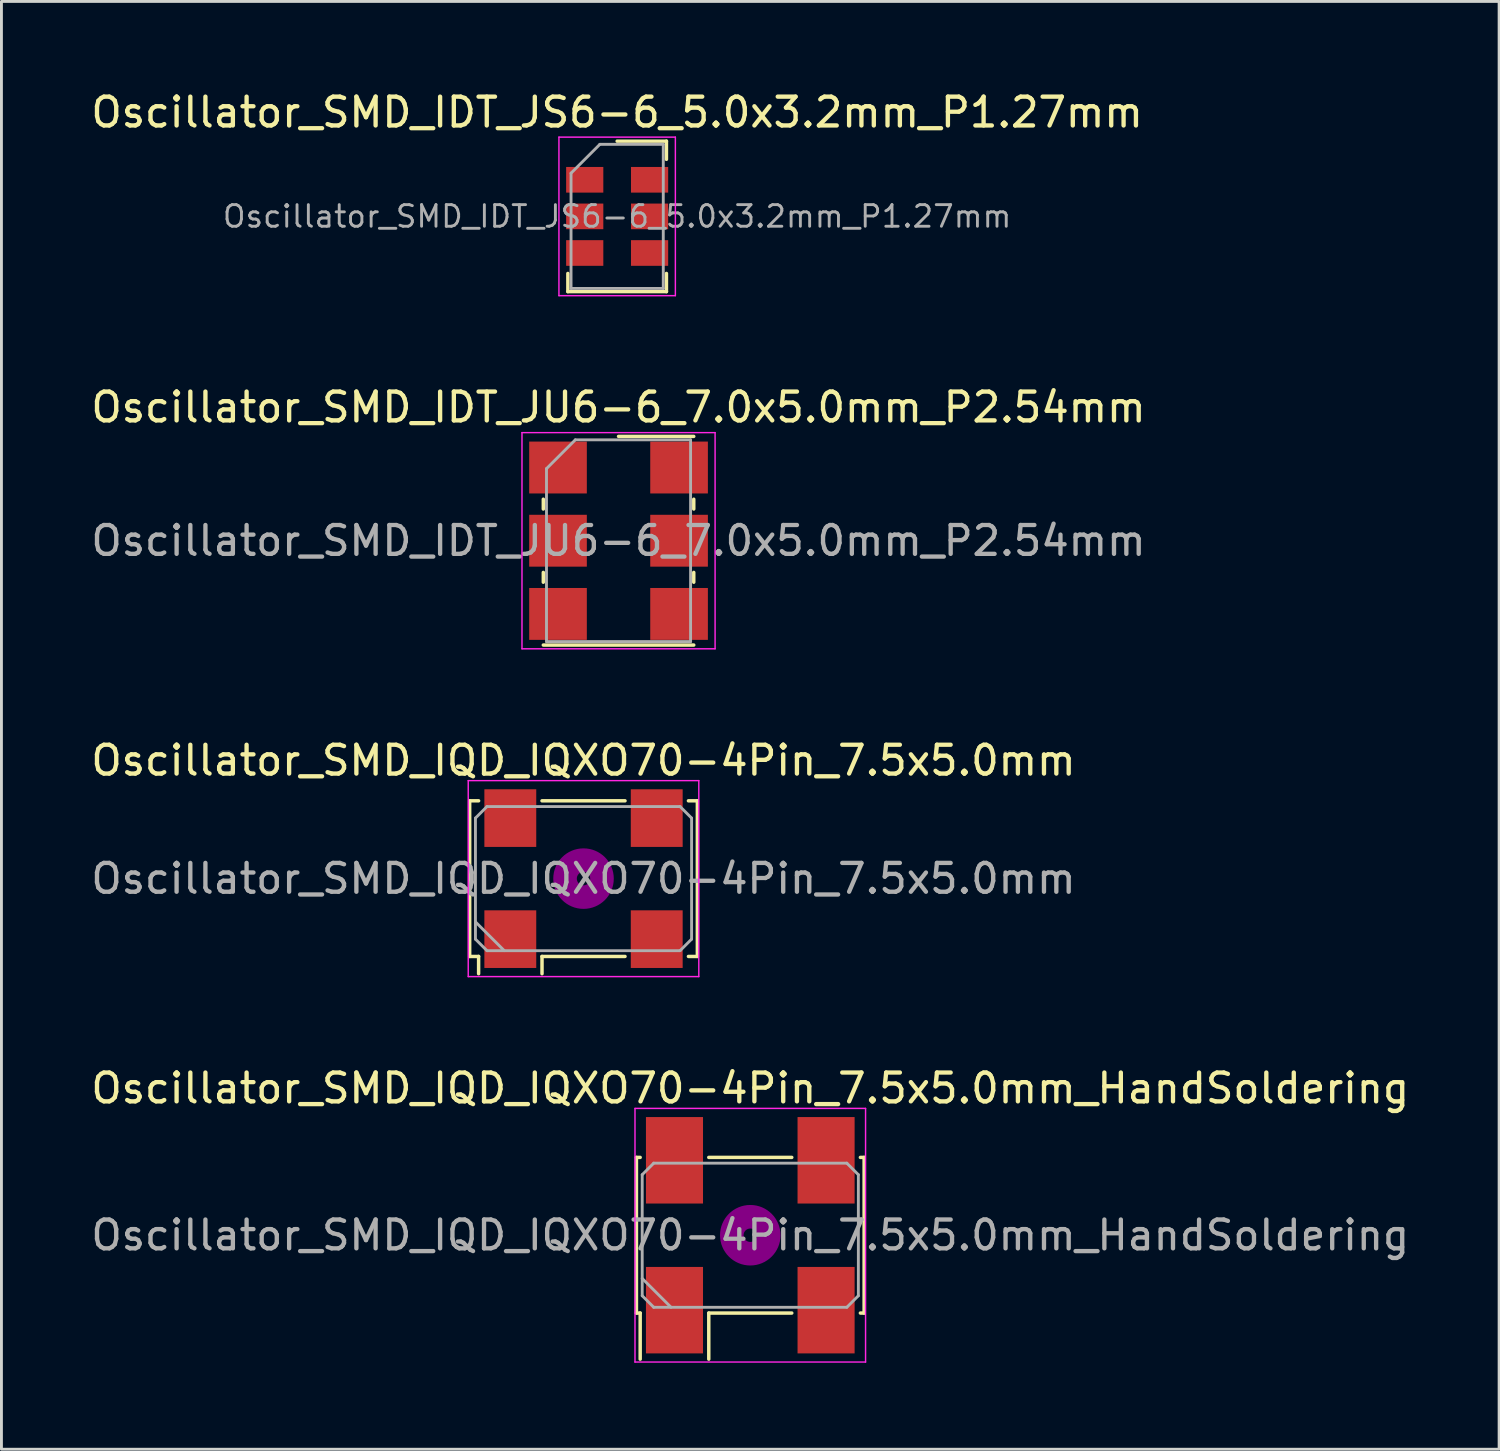
<source format=kicad_pcb>
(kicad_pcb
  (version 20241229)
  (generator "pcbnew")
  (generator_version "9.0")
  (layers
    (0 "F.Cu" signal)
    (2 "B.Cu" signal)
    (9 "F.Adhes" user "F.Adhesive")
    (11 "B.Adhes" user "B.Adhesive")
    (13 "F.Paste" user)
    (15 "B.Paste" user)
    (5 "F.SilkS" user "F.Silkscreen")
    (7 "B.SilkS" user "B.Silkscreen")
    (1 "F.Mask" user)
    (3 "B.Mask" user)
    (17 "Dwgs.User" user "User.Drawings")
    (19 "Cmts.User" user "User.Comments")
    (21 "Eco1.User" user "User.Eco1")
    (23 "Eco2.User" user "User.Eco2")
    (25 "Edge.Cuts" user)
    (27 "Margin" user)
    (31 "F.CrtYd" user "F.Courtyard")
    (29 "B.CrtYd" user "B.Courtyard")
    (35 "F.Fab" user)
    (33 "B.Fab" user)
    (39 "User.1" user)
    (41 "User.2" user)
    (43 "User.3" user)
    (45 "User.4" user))
  (footprint "Oscillator_SMD_IDT_JS6-6_5.0x3.2mm_P1.27mm"
    (layer "F.Cu")
    (at 18.363 4.458)
    (property "Reference" "Oscillator_SMD_IDT_JS6-6_5.0x3.2mm_P1.27mm" (at 0 -3.61 0) (layer "F.SilkS") (effects (font (size 1 1) (thickness 0.15))))
    (attr smd)
    (fp_line (start -1.71 2.61) (end -1.71 1.98) (stroke (width 0.12) (type solid)) (layer "F.SilkS"))
    (fp_line (start 0 -2.61) (end 1.71 -2.61) (stroke (width 0.12) (type solid)) (layer "F.SilkS"))
    (fp_line (start 1.71 -2.61) (end 1.71 -1.98) (stroke (width 0.12) (type solid)) (layer "F.SilkS"))
    (fp_line (start 1.71 1.98) (end 1.71 2.61) (stroke (width 0.12) (type solid)) (layer "F.SilkS"))
    (fp_line (start 1.71 2.61) (end -1.71 2.61) (stroke (width 0.12) (type solid)) (layer "F.SilkS"))
    (fp_line (start -2.02 -2.75) (end -2.02 2.75) (stroke (width 0.05) (type solid)) (layer "F.CrtYd"))
    (fp_line (start -2.02 2.75) (end 2.02 2.75) (stroke (width 0.05) (type solid)) (layer "F.CrtYd"))
    (fp_line (start 2.02 -2.75) (end -2.02 -2.75) (stroke (width 0.05) (type solid)) (layer "F.CrtYd"))
    (fp_line (start 2.02 2.75) (end 2.02 -2.75) (stroke (width 0.05) (type solid)) (layer "F.CrtYd"))
    (fp_line (start -1.6 -1.5) (end -1.6 2.5) (stroke (width 0.1) (type solid)) (layer "F.Fab"))
    (fp_line (start -1.6 2.5) (end 1.6 2.5) (stroke (width 0.1) (type solid)) (layer "F.Fab"))
    (fp_line (start -0.6 -2.5) (end -1.6 -1.5) (stroke (width 0.1) (type solid)) (layer "F.Fab"))
    (fp_line (start 1.6 -2.5) (end -0.6 -2.5) (stroke (width 0.1) (type solid)) (layer "F.Fab"))
    (fp_line (start 1.6 2.5) (end 1.6 -2.5) (stroke (width 0.1) (type solid)) (layer "F.Fab"))
    (fp_text user "${REFERENCE}" (at 0 0 0) (layer "F.Fab") (effects (font (size 0.75 0.75) (thickness 0.1))))
    (pad "1" smd rect (at -1.125 -1.27 270) (size 0.89 1.29) (layers "F.Cu" "F.Mask" "F.Paste"))
    (pad "2" smd rect (at -1.125 0 270) (size 0.89 1.29) (layers "F.Cu" "F.Mask" "F.Paste"))
    (pad "3" smd rect (at -1.125 1.27 270) (size 0.89 1.29) (layers "F.Cu" "F.Mask" "F.Paste"))
    (pad "4" smd rect (at 1.125 1.27 270) (size 0.89 1.29) (layers "F.Cu" "F.Mask" "F.Paste"))
    (pad "5" smd rect (at 1.125 0 270) (size 0.89 1.29) (layers "F.Cu" "F.Mask" "F.Paste"))
    (pad "6" smd rect (at 1.125 -1.27 270) (size 0.89 1.29) (layers "F.Cu" "F.Mask" "F.Paste")))
  (footprint "Oscillator_SMD_IDT_JU6-6_7.0x5.0mm_P2.54mm"
    (layer "F.Cu")
    (at 18.411 15.711)
    (property "Reference" "Oscillator_SMD_IDT_JU6-6_7.0x5.0mm_P2.54mm" (at 0 -4.63 0) (layer "F.SilkS") (effects (font (size 1 1) (thickness 0.15))))
    (attr smd)
    (fp_line (start -2.61 -1.1) (end -2.61 -1.44) (stroke (width 0.12) (type solid)) (layer "F.SilkS"))
    (fp_line (start -2.61 1.44) (end -2.61 1.1) (stroke (width 0.12) (type solid)) (layer "F.SilkS"))
    (fp_line (start 0 -3.62) (end 2.61 -3.62) (stroke (width 0.12) (type solid)) (layer "F.SilkS"))
    (fp_line (start 2.61 -1.44) (end 2.61 -1.1) (stroke (width 0.12) (type solid)) (layer "F.SilkS"))
    (fp_line (start 2.61 1.1) (end 2.61 1.44) (stroke (width 0.12) (type solid)) (layer "F.SilkS"))
    (fp_line (start 2.61 3.62) (end -2.61 3.62) (stroke (width 0.12) (type solid)) (layer "F.SilkS"))
    (fp_line (start -3.35 -3.75) (end -3.35 3.75) (stroke (width 0.05) (type solid)) (layer "F.CrtYd"))
    (fp_line (start -3.35 3.75) (end 3.35 3.75) (stroke (width 0.05) (type solid)) (layer "F.CrtYd"))
    (fp_line (start 3.35 -3.75) (end -3.35 -3.75) (stroke (width 0.05) (type solid)) (layer "F.CrtYd"))
    (fp_line (start 3.35 3.75) (end 3.35 -3.75) (stroke (width 0.05) (type solid)) (layer "F.CrtYd"))
    (fp_line (start -2.5 -2.5) (end -2.5 3.5) (stroke (width 0.1) (type solid)) (layer "F.Fab"))
    (fp_line (start -2.5 3.5) (end 2.5 3.5) (stroke (width 0.1) (type solid)) (layer "F.Fab"))
    (fp_line (start -1.5 -3.5) (end -2.5 -2.5) (stroke (width 0.1) (type solid)) (layer "F.Fab"))
    (fp_line (start 2.5 -3.5) (end -1.5 -3.5) (stroke (width 0.1) (type solid)) (layer "F.Fab"))
    (fp_line (start 2.5 3.5) (end 2.5 -3.5) (stroke (width 0.1) (type solid)) (layer "F.Fab"))
    (fp_text user "${REFERENCE}" (at 0 0 0) (layer "F.Fab") (effects (font (size 1 1) (thickness 0.15))))
    (pad "1" smd rect (at -2.1 -2.54 270) (size 1.8 2) (layers "F.Cu" "F.Mask" "F.Paste"))
    (pad "2" smd rect (at -2.1 0 270) (size 1.8 2) (layers "F.Cu" "F.Mask" "F.Paste"))
    (pad "3" smd rect (at -2.1 2.54 270) (size 1.8 2) (layers "F.Cu" "F.Mask" "F.Paste"))
    (pad "4" smd rect (at 2.1 2.54 270) (size 1.8 2) (layers "F.Cu" "F.Mask" "F.Paste"))
    (pad "5" smd rect (at 2.1 0 270) (size 1.8 2) (layers "F.Cu" "F.Mask" "F.Paste"))
    (pad "6" smd rect (at 2.1 -2.54 270) (size 1.8 2) (layers "F.Cu" "F.Mask" "F.Paste")))
  (footprint "Oscillator_SMD_IQD_IQXO70-4Pin_7.5x5.0mm"
    (layer "F.Cu")
    (at 17.196 27.435)
    (property "Reference" "Oscillator_SMD_IQD_IQXO70-4Pin_7.5x5.0mm" (at 0 -4.1 0) (layer "F.SilkS") (effects (font (size 1 1) (thickness 0.15))))
    (attr smd)
    (fp_line (start -3.95 -2.7) (end -3.64 -2.7) (stroke (width 0.12) (type solid)) (layer "F.SilkS"))
    (fp_line (start -3.95 2.7) (end -3.95 -2.7) (stroke (width 0.12) (type solid)) (layer "F.SilkS"))
    (fp_line (start -3.64 2.7) (end -3.95 2.7) (stroke (width 0.12) (type solid)) (layer "F.SilkS"))
    (fp_line (start -3.64 3.3) (end -3.64 2.7) (stroke (width 0.12) (type solid)) (layer "F.SilkS"))
    (fp_line (start -1.44 -2.7) (end 1.44 -2.7) (stroke (width 0.12) (type solid)) (layer "F.SilkS"))
    (fp_line (start -1.44 2.7) (end -1.44 3.3) (stroke (width 0.12) (type solid)) (layer "F.SilkS"))
    (fp_line (start 1.44 2.7) (end -1.44 2.7) (stroke (width 0.12) (type solid)) (layer "F.SilkS"))
    (fp_line (start 3.64 -2.7) (end 3.95 -2.7) (stroke (width 0.12) (type solid)) (layer "F.SilkS"))
    (fp_line (start 3.95 -2.7) (end 3.95 2.7) (stroke (width 0.12) (type solid)) (layer "F.SilkS"))
    (fp_line (start 3.95 2.7) (end 3.64 2.7) (stroke (width 0.12) (type solid)) (layer "F.SilkS"))
    (fp_circle (center 0 0) (end 0.233 0) (stroke (width 0.467) (type solid)) (fill no) (layer "F.Adhes"))
    (fp_circle (center 0 0) (end 0.533 0) (stroke (width 0.333) (type solid)) (fill no) (layer "F.Adhes"))
    (fp_circle (center 0 0) (end 0.833 0) (stroke (width 0.333) (type solid)) (fill no) (layer "F.Adhes"))
    (fp_circle (center 0 0) (end 1 0) (stroke (width 0.1) (type solid)) (fill no) (layer "F.Adhes"))
    (fp_line (start -4 -3.4) (end -4 3.4) (stroke (width 0.05) (type solid)) (layer "F.CrtYd"))
    (fp_line (start -4 3.4) (end 4 3.4) (stroke (width 0.05) (type solid)) (layer "F.CrtYd"))
    (fp_line (start 4 -3.4) (end -4 -3.4) (stroke (width 0.05) (type solid)) (layer "F.CrtYd"))
    (fp_line (start 4 3.4) (end 4 -3.4) (stroke (width 0.05) (type solid)) (layer "F.CrtYd"))
    (fp_line (start -3.75 -2.1) (end -3.35 -2.5) (stroke (width 0.1) (type solid)) (layer "F.Fab"))
    (fp_line (start -3.75 1.5) (end -2.75 2.5) (stroke (width 0.1) (type solid)) (layer "F.Fab"))
    (fp_line (start -3.75 2.1) (end -3.75 -2.1) (stroke (width 0.1) (type solid)) (layer "F.Fab"))
    (fp_line (start -3.35 -2.5) (end 3.35 -2.5) (stroke (width 0.1) (type solid)) (layer "F.Fab"))
    (fp_line (start -3.35 2.5) (end -3.75 2.1) (stroke (width 0.1) (type solid)) (layer "F.Fab"))
    (fp_line (start 3.35 -2.5) (end 3.75 -2.1) (stroke (width 0.1) (type solid)) (layer "F.Fab"))
    (fp_line (start 3.35 2.5) (end -3.35 2.5) (stroke (width 0.1) (type solid)) (layer "F.Fab"))
    (fp_line (start 3.75 -2.1) (end 3.75 2.1) (stroke (width 0.1) (type solid)) (layer "F.Fab"))
    (fp_line (start 3.75 2.1) (end 3.35 2.5) (stroke (width 0.1) (type solid)) (layer "F.Fab"))
    (fp_text user "${REFERENCE}" (at 0 0 0) (layer "F.Fab") (effects (font (size 1 1) (thickness 0.15))))
    (pad "1" smd rect (at -2.54 2.1) (size 1.8 2) (layers "F.Cu" "F.Mask" "F.Paste"))
    (pad "2" smd rect (at 2.54 2.1) (size 1.8 2) (layers "F.Cu" "F.Mask" "F.Paste"))
    (pad "3" smd rect (at 2.54 -2.1) (size 1.8 2) (layers "F.Cu" "F.Mask" "F.Paste"))
    (pad "4" smd rect (at -2.54 -2.1) (size 1.8 2) (layers "F.Cu" "F.Mask" "F.Paste")))
  (footprint "Oscillator_SMD_IQD_IQXO70-4Pin_7.5x5.0mm_HandSoldering"
    (layer "F.Cu")
    (at 22.982 39.808)
    (property "Reference" "Oscillator_SMD_IQD_IQXO70-4Pin_7.5x5.0mm_HandSoldering" (at 0 -5.1 0) (layer "F.SilkS") (effects (font (size 1 1) (thickness 0.15))))
    (attr smd)
    (fp_line (start -3.95 -2.7) (end -3.82 -2.7) (stroke (width 0.12) (type solid)) (layer "F.SilkS"))
    (fp_line (start -3.95 2.7) (end -3.95 -2.7) (stroke (width 0.12) (type solid)) (layer "F.SilkS"))
    (fp_line (start -3.82 2.7) (end -3.95 2.7) (stroke (width 0.12) (type solid)) (layer "F.SilkS"))
    (fp_line (start -3.82 4.3) (end -3.82 2.7) (stroke (width 0.12) (type solid)) (layer "F.SilkS"))
    (fp_line (start -1.44 -2.7) (end 1.44 -2.7) (stroke (width 0.12) (type solid)) (layer "F.SilkS"))
    (fp_line (start -1.44 2.7) (end -1.44 4.3) (stroke (width 0.12) (type solid)) (layer "F.SilkS"))
    (fp_line (start 1.44 2.7) (end -1.44 2.7) (stroke (width 0.12) (type solid)) (layer "F.SilkS"))
    (fp_line (start 3.82 -2.7) (end 3.95 -2.7) (stroke (width 0.12) (type solid)) (layer "F.SilkS"))
    (fp_line (start 3.95 -2.7) (end 3.95 2.7) (stroke (width 0.12) (type solid)) (layer "F.SilkS"))
    (fp_line (start 3.95 2.7) (end 3.82 2.7) (stroke (width 0.12) (type solid)) (layer "F.SilkS"))
    (fp_circle (center 0 0) (end 0.233 0) (stroke (width 0.467) (type solid)) (fill no) (layer "F.Adhes"))
    (fp_circle (center 0 0) (end 0.533 0) (stroke (width 0.333) (type solid)) (fill no) (layer "F.Adhes"))
    (fp_circle (center 0 0) (end 0.833 0) (stroke (width 0.333) (type solid)) (fill no) (layer "F.Adhes"))
    (fp_circle (center 0 0) (end 1 0) (stroke (width 0.1) (type solid)) (fill no) (layer "F.Adhes"))
    (fp_line (start -4 -4.4) (end -4 4.4) (stroke (width 0.05) (type solid)) (layer "F.CrtYd"))
    (fp_line (start -4 4.4) (end 4 4.4) (stroke (width 0.05) (type solid)) (layer "F.CrtYd"))
    (fp_line (start 4 -4.4) (end -4 -4.4) (stroke (width 0.05) (type solid)) (layer "F.CrtYd"))
    (fp_line (start 4 4.4) (end 4 -4.4) (stroke (width 0.05) (type solid)) (layer "F.CrtYd"))
    (fp_line (start -3.75 -2.1) (end -3.35 -2.5) (stroke (width 0.1) (type solid)) (layer "F.Fab"))
    (fp_line (start -3.75 1.5) (end -2.75 2.5) (stroke (width 0.1) (type solid)) (layer "F.Fab"))
    (fp_line (start -3.75 2.1) (end -3.75 -2.1) (stroke (width 0.1) (type solid)) (layer "F.Fab"))
    (fp_line (start -3.35 -2.5) (end 3.35 -2.5) (stroke (width 0.1) (type solid)) (layer "F.Fab"))
    (fp_line (start -3.35 2.5) (end -3.75 2.1) (stroke (width 0.1) (type solid)) (layer "F.Fab"))
    (fp_line (start 3.35 -2.5) (end 3.75 -2.1) (stroke (width 0.1) (type solid)) (layer "F.Fab"))
    (fp_line (start 3.35 2.5) (end -3.35 2.5) (stroke (width 0.1) (type solid)) (layer "F.Fab"))
    (fp_line (start 3.75 -2.1) (end 3.75 2.1) (stroke (width 0.1) (type solid)) (layer "F.Fab"))
    (fp_line (start 3.75 2.1) (end 3.35 2.5) (stroke (width 0.1) (type solid)) (layer "F.Fab"))
    (fp_text user "${REFERENCE}" (at 0 0 0) (layer "F.Fab") (effects (font (size 1 1) (thickness 0.15))))
    (pad "1" smd rect (at -2.63 2.6) (size 1.98 3) (layers "F.Cu" "F.Mask" "F.Paste"))
    (pad "2" smd rect (at 2.63 2.6) (size 1.98 3) (layers "F.Cu" "F.Mask" "F.Paste"))
    (pad "3" smd rect (at 2.63 -2.6) (size 1.98 3) (layers "F.Cu" "F.Mask" "F.Paste"))
    (pad "4" smd rect (at -2.63 -2.6) (size 1.98 3) (layers "F.Cu" "F.Mask" "F.Paste")))
  (gr_rect
    (start -3 -3)
    (end 48.964 47.233)
    (stroke (width 0.1) (type default))
    (fill no)
    (layer "Edge.Cuts")))
</source>
